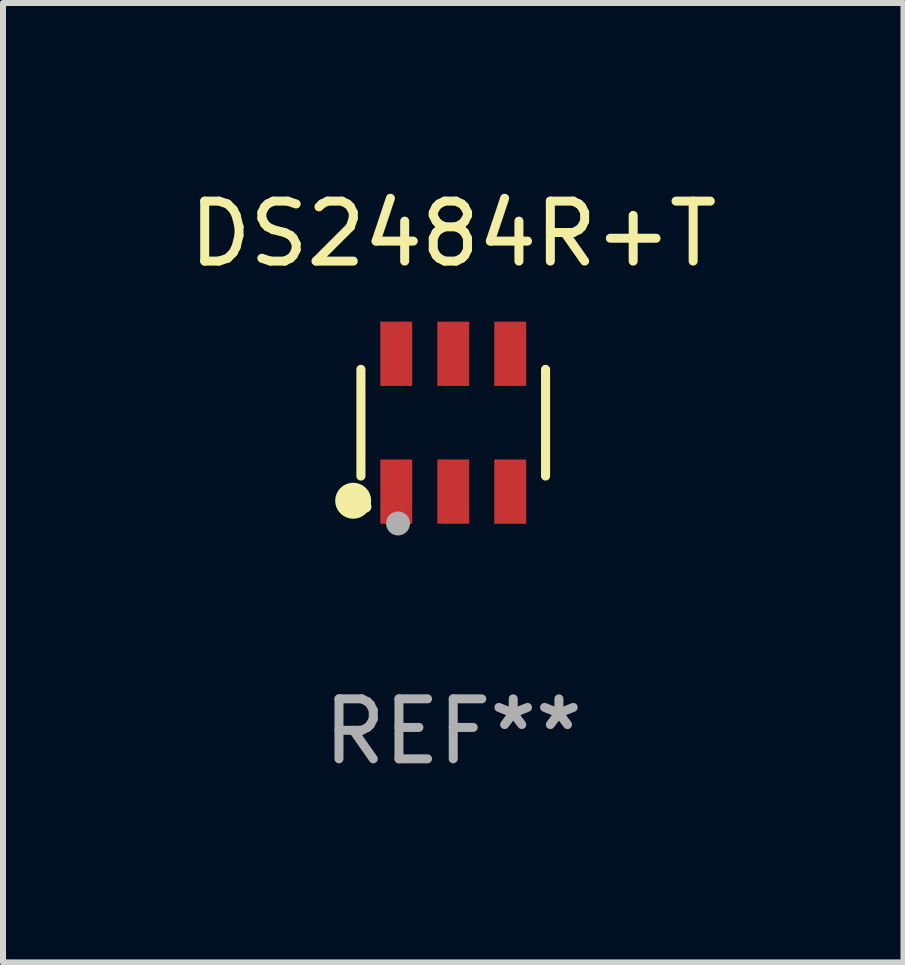
<source format=kicad_pcb>
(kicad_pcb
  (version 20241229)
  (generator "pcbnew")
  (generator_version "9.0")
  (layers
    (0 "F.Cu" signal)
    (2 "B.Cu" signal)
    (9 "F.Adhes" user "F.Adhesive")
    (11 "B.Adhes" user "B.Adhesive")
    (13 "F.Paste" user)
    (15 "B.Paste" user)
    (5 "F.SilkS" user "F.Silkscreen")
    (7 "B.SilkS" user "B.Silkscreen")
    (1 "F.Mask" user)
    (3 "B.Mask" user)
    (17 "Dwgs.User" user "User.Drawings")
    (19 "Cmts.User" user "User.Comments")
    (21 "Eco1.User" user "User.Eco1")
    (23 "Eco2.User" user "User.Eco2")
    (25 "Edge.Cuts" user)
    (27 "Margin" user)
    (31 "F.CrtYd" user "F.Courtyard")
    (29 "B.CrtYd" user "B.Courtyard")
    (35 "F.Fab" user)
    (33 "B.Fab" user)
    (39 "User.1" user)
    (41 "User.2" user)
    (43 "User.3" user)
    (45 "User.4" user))
  (footprint "DS2484R+T"
    (layer "F.Cu")
    (at 4.506 3.997)
    (property "Reference" "DS2484R+T" (at 0 -3.149 0) (layer "F.SilkS") (effects (font (size 1 1) (thickness 0.15))))
    (attr through_hole)
    (fp_line (start -1.539 0.889) (end -1.539 -0.889) (stroke (width 0.152) (type solid)) (layer "F.SilkS"))
    (fp_line (start 1.539 0.889) (end 1.539 -0.889) (stroke (width 0.152) (type solid)) (layer "F.SilkS"))
    (fp_circle (center -1.668 1.301) (end -1.518 1.301) (stroke (width 0.3) (type solid)) (fill no) (layer "F.SilkS"))
    (fp_circle (center -1.463 1.4) (end -1.413 1.4) (stroke (width 0.1) (type solid)) (fill no) (layer "F.SilkS"))
    (fp_circle (center -0.92 1.68) (end -0.82 1.68) (stroke (width 0.2) (type solid)) (fill no) (layer "F.Fab"))
    (fp_text user "REF**" (at 0 5.149 0) (layer "F.Fab") (effects (font (size 1 1) (thickness 0.15))))
    (pad "1" smd rect (at -0.95 1.149) (size 0.532 1.072) (layers "F.Cu" "F.Mask" "F.Paste"))
    (pad "2" smd rect (at 0 1.149) (size 0.532 1.072) (layers "F.Cu" "F.Mask" "F.Paste"))
    (pad "3" smd rect (at 0.95 1.149) (size 0.532 1.072) (layers "F.Cu" "F.Mask" "F.Paste"))
    (pad "4" smd rect (at 0.95 -1.149) (size 0.532 1.072) (layers "F.Cu" "F.Mask" "F.Paste"))
    (pad "5" smd rect (at 0 -1.149) (size 0.532 1.072) (layers "F.Cu" "F.Mask" "F.Paste"))
    (pad "6" smd rect (at -0.95 -1.149) (size 0.532 1.072) (layers "F.Cu" "F.Mask" "F.Paste")))
  (gr_rect
    (start -3 -3)
    (end 12.012 12.995)
    (stroke (width 0.1) (type default))
    (fill no)
    (layer "Edge.Cuts")))
</source>
